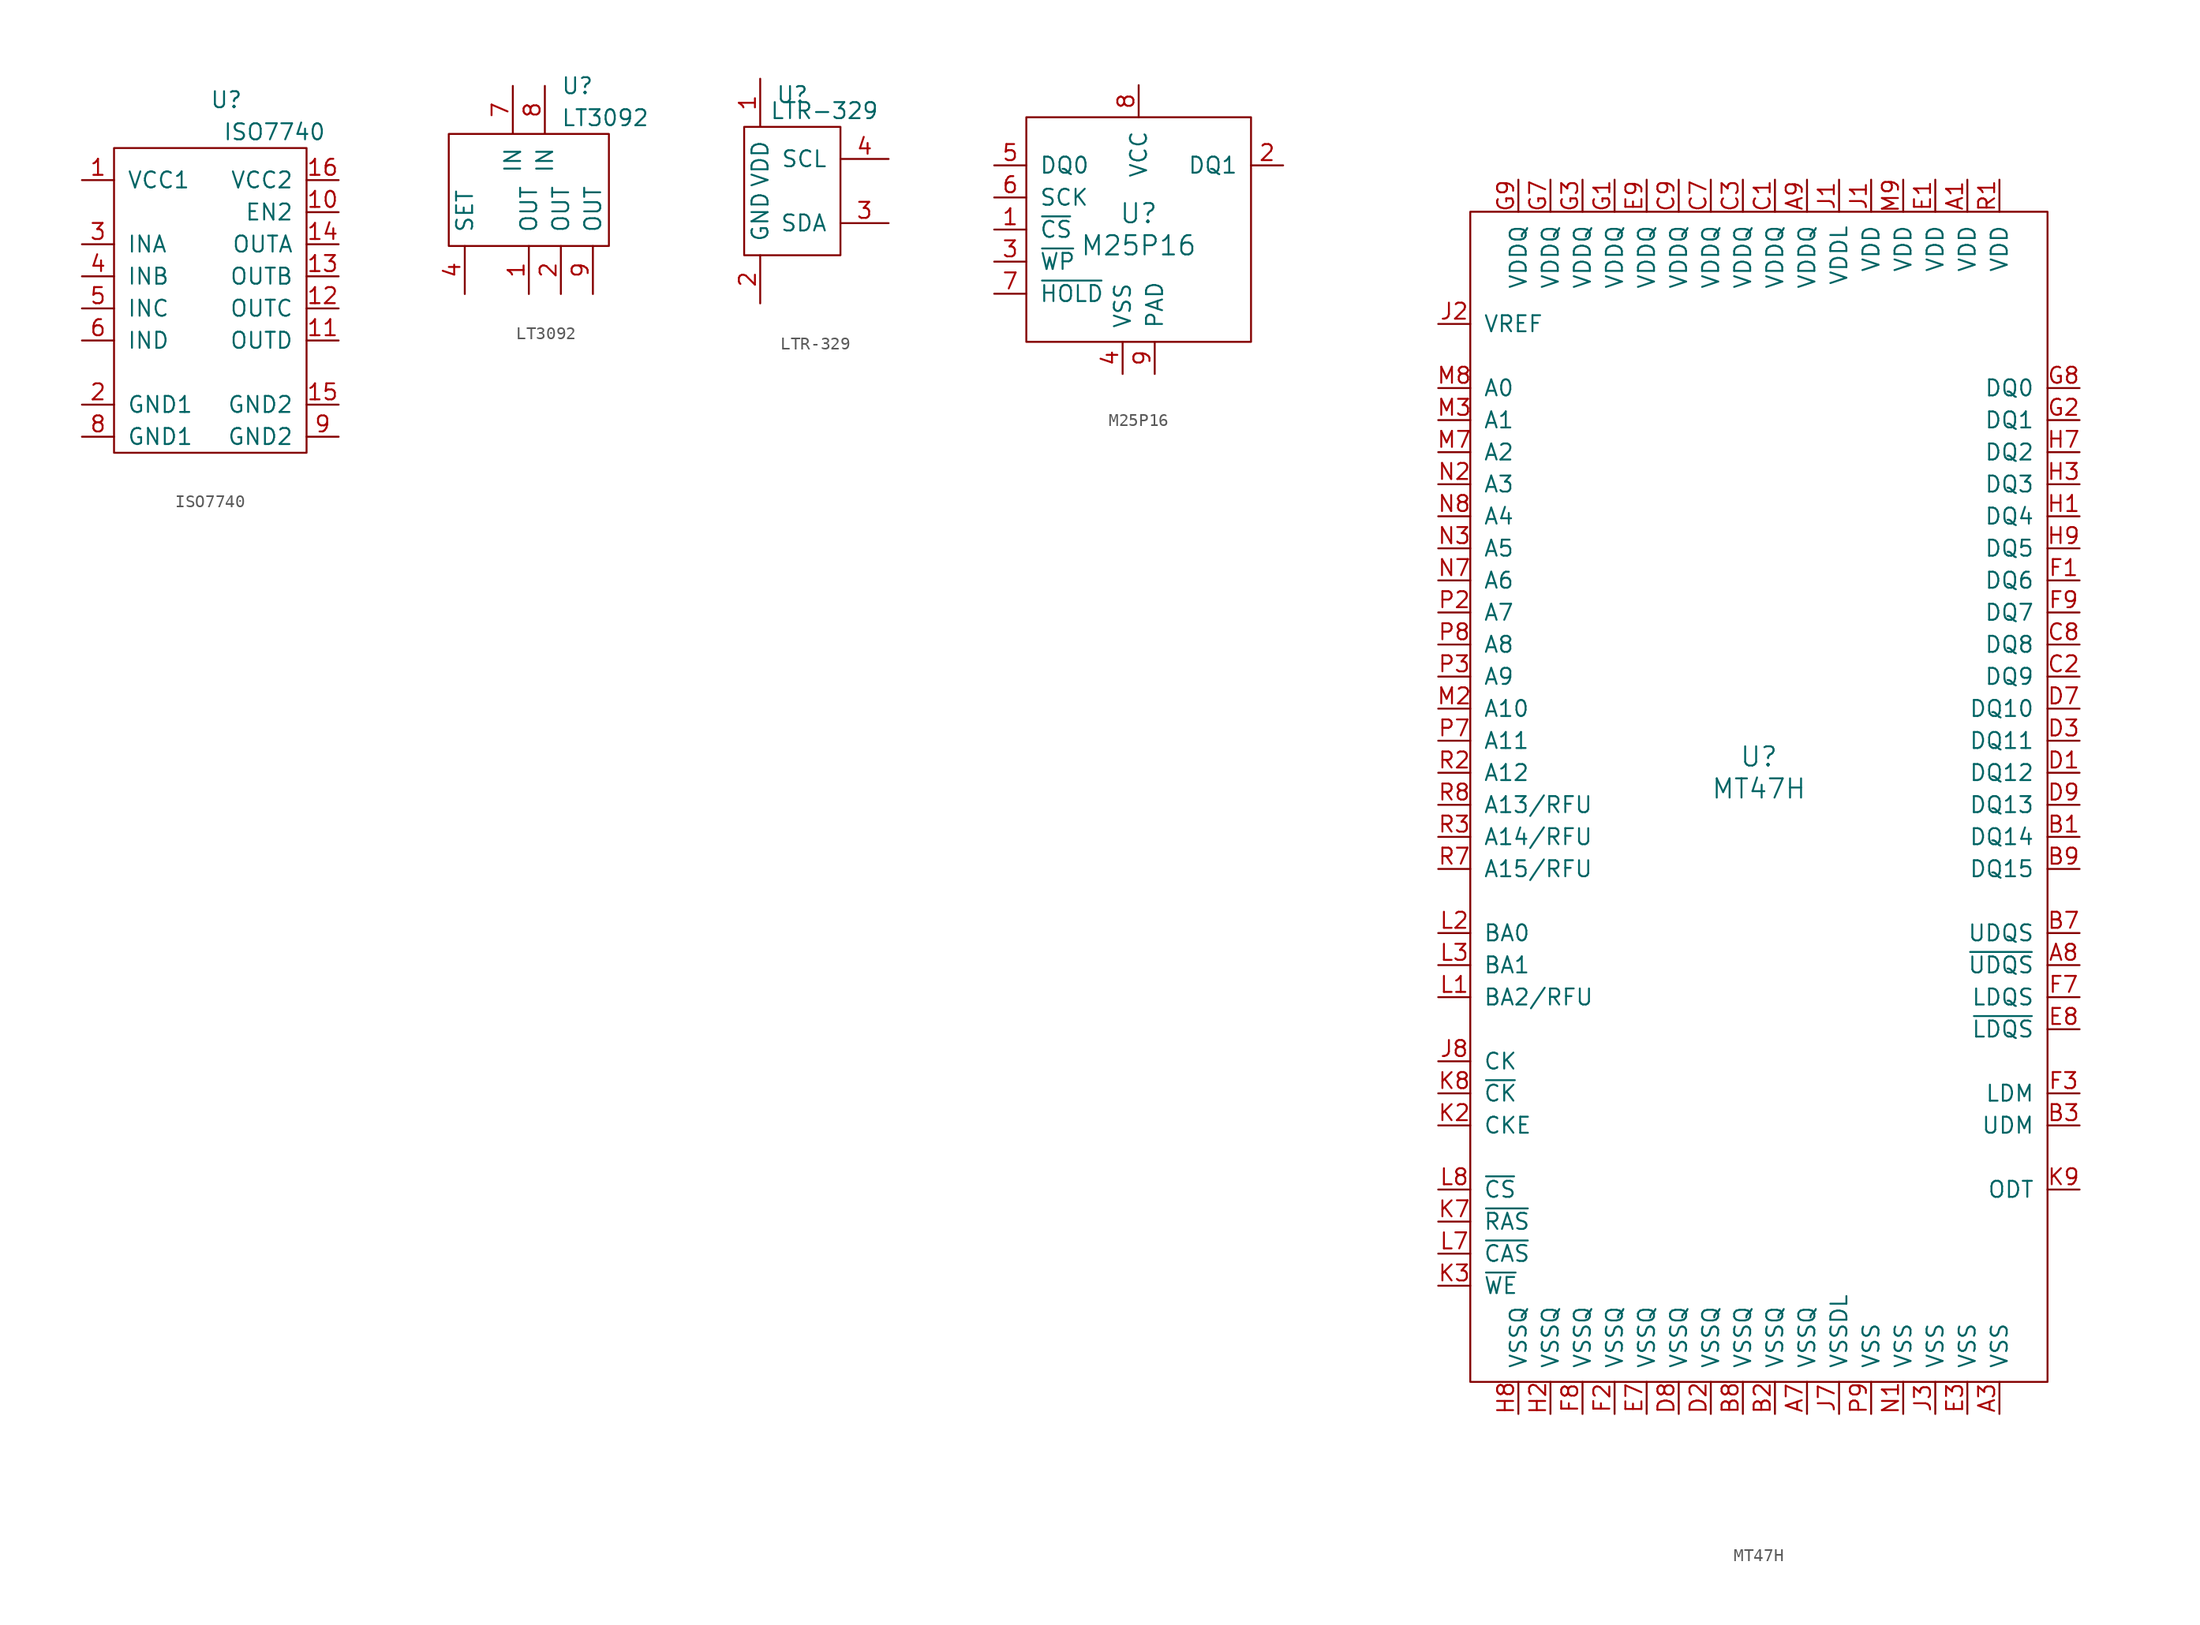
<source format=kicad_sym>
(kicad_symbol_lib
  (version 20211014)
  (generator kicad_symbol_editor)
  (symbol "ISO7740"
    (pin_names
      (offset 1.016))
    (property "Reference" "U"
      (at 1.27 16.51 0)
      (effects (font (size 1.27 1.27))))
    (property "Value" "ISO7740"
      (at 5.08 13.97 0)
      (effects (font (size 1.27 1.27))))
    (symbol "ISO7740_0_1"
      (rectangle (start -7.62 12.7) (end 7.62 -11.43) (stroke (width 0) (type default) (color 0 0 0 0)) (fill (type none))))
    (symbol "ISO7740_1_1"
      (pin power_in line (at -10.16 10.16 0) (length 2.54) (name "VCC1" (effects (font (size 1.27 1.27)))) (number "1" (effects (font (size 1.27 1.27)))))
      (pin input line (at 10.16 7.62 180) (length 2.54) (name "EN2" (effects (font (size 1.27 1.27)))) (number "10" (effects (font (size 1.27 1.27)))))
      (pin output line (at 10.16 -2.54 180) (length 2.54) (name "OUTD" (effects (font (size 1.27 1.27)))) (number "11" (effects (font (size 1.27 1.27)))))
      (pin output line (at 10.16 0 180) (length 2.54) (name "OUTC" (effects (font (size 1.27 1.27)))) (number "12" (effects (font (size 1.27 1.27)))))
      (pin output line (at 10.16 2.54 180) (length 2.54) (name "OUTB" (effects (font (size 1.27 1.27)))) (number "13" (effects (font (size 1.27 1.27)))))
      (pin output line (at 10.16 5.08 180) (length 2.54) (name "OUTA" (effects (font (size 1.27 1.27)))) (number "14" (effects (font (size 1.27 1.27)))))
      (pin power_in line (at 10.16 -7.62 180) (length 2.54) (name "GND2" (effects (font (size 1.27 1.27)))) (number "15" (effects (font (size 1.27 1.27)))))
      (pin power_in line (at 10.16 10.16 180) (length 2.54) (name "VCC2" (effects (font (size 1.27 1.27)))) (number "16" (effects (font (size 1.27 1.27)))))
      (pin power_in line (at -10.16 -7.62 0) (length 2.54) (name "GND1" (effects (font (size 1.27 1.27)))) (number "2" (effects (font (size 1.27 1.27)))))
      (pin input line (at -10.16 5.08 0) (length 2.54) (name "INA" (effects (font (size 1.27 1.27)))) (number "3" (effects (font (size 1.27 1.27)))))
      (pin input line (at -10.16 2.54 0) (length 2.54) (name "INB" (effects (font (size 1.27 1.27)))) (number "4" (effects (font (size 1.27 1.27)))))
      (pin input line (at -10.16 0 0) (length 2.54) (name "INC" (effects (font (size 1.27 1.27)))) (number "5" (effects (font (size 1.27 1.27)))))
      (pin input line (at -10.16 -2.54 0) (length 2.54) (name "IND" (effects (font (size 1.27 1.27)))) (number "6" (effects (font (size 1.27 1.27)))))
      (pin power_in line (at -10.16 -10.16 0) (length 2.54) (name "GND1" (effects (font (size 1.27 1.27)))) (number "8" (effects (font (size 1.27 1.27)))))
      (pin power_in line (at 10.16 -10.16 180) (length 2.54) (name "GND2" (effects (font (size 1.27 1.27)))) (number "9" (effects (font (size 1.27 1.27)))))))
  (symbol "LT3092"
    (pin_names
      (offset 1.016))
    (property "Reference" "U"
      (at 2.54 7.62 0)
      (effects (font (size 1.27 1.27)) (justify left)))
    (property "Value" "LT3092"
      (at 2.54 5.08 0)
      (effects (font (size 1.27 1.27)) (justify left)))
    (symbol "LT3092_0_1"
      (rectangle (start -6.35 3.81) (end 6.35 -5.08) (stroke (width 0) (type default) (color 0 0 0 0)) (fill (type none))))
    (symbol "LT3092_1_1"
      (pin input line (at 0 -8.89 90) (length 3.81) (name "OUT" (effects (font (size 1.27 1.27)))) (number "1" (effects (font (size 1.27 1.27)))))
      (pin input line (at 2.54 -8.89 90) (length 3.81) (name "OUT" (effects (font (size 1.27 1.27)))) (number "2" (effects (font (size 1.27 1.27)))))
      (pin input line (at -5.08 -8.89 90) (length 3.81) (name "SET" (effects (font (size 1.27 1.27)))) (number "4" (effects (font (size 1.27 1.27)))))
      (pin input line (at -1.27 7.62 270) (length 3.81) (name "IN" (effects (font (size 1.27 1.27)))) (number "7" (effects (font (size 1.27 1.27)))))
      (pin input line (at 1.27 7.62 270) (length 3.81) (name "IN" (effects (font (size 1.27 1.27)))) (number "8" (effects (font (size 1.27 1.27)))))
      (pin input line (at 5.08 -8.89 90) (length 3.81) (name "OUT" (effects (font (size 1.27 1.27)))) (number "9" (effects (font (size 1.27 1.27)))))))
  (symbol "LTR-329"
    (pin_names
      (offset 1.016))
    (property "Reference" "U"
      (at 0 7.62 0)
      (effects (font (size 1.27 1.27))))
    (property "Value" "LTR-329"
      (at 2.54 6.35 0)
      (effects (font (size 1.27 1.27))))
    (symbol "LTR-329_1_1"
      (rectangle (start -3.81 5.08) (end 3.81 -5.08) (stroke (width 0) (type default) (color 0 0 0 0)) (fill (type none)))
      (pin input line (at -2.54 8.89 270) (length 3.81) (name "VDD" (effects (font (size 1.27 1.27)))) (number "1" (effects (font (size 1.27 1.27)))))
      (pin input line (at -2.54 -8.89 90) (length 3.81) (name "GND" (effects (font (size 1.27 1.27)))) (number "2" (effects (font (size 1.27 1.27)))))
      (pin input line (at 7.62 -2.54 180) (length 3.81) (name "SDA" (effects (font (size 1.27 1.27)))) (number "3" (effects (font (size 1.27 1.27)))))
      (pin input line (at 7.62 2.54 180) (length 3.81) (name "SCL" (effects (font (size 1.27 1.27)))) (number "4" (effects (font (size 1.27 1.27)))))))
  (symbol "M25P16"
    (pin_names
      (offset 1.016))
    (property "Reference" "U"
      (at 0 1.27 0)
      (effects (font (size 1.524 1.524))))
    (property "Value" "M25P16"
      (at 0 -1.27 0)
      (effects (font (size 1.524 1.524))))
    (symbol "M25P16_1_0"
      (rectangle (start -8.89 8.89) (end 8.89 -8.89) (stroke (width 0) (type default) (color 0 0 0 0)) (fill (type none))))
    (symbol "M25P16_1_1"
      (pin input line (at -11.43 0 0) (length 2.54) (name "~{CS}" (effects (font (size 1.27 1.27)))) (number "1" (effects (font (size 1.27 1.27)))))
      (pin output line (at 11.43 5.08 180) (length 2.54) (name "DQ1" (effects (font (size 1.27 1.27)))) (number "2" (effects (font (size 1.27 1.27)))))
      (pin input line (at -11.43 -2.54 0) (length 2.54) (name "~{WP}" (effects (font (size 1.27 1.27)))) (number "3" (effects (font (size 1.27 1.27)))))
      (pin power_in line (at -1.27 -11.43 90) (length 2.54) (name "VSS" (effects (font (size 1.27 1.27)))) (number "4" (effects (font (size 1.27 1.27)))))
      (pin input line (at -11.43 5.08 0) (length 2.54) (name "DQ0" (effects (font (size 1.27 1.27)))) (number "5" (effects (font (size 1.27 1.27)))))
      (pin input line (at -11.43 2.54 0) (length 2.54) (name "SCK" (effects (font (size 1.27 1.27)))) (number "6" (effects (font (size 1.27 1.27)))))
      (pin input line (at -11.43 -5.08 0) (length 2.54) (name "~{HOLD}" (effects (font (size 1.27 1.27)))) (number "7" (effects (font (size 1.27 1.27)))))
      (pin power_in line (at 0 11.43 270) (length 2.54) (name "VCC" (effects (font (size 1.27 1.27)))) (number "8" (effects (font (size 1.27 1.27)))))
      (pin power_in line (at 1.27 -11.43 90) (length 2.54) (name "PAD" (effects (font (size 1.27 1.27)))) (number "9" (effects (font (size 1.27 1.27)))))))
  (symbol "MT47H"
    (pin_names
      (offset 1.016))
    (property "Reference" "U"
      (at 0 1.27 0)
      (effects (font (size 1.524 1.524))))
    (property "Value" "MT47H"
      (at 0 -1.27 0)
      (effects (font (size 1.524 1.524))))
    (symbol "MT47H_0_1"
      (rectangle (start -22.86 44.45) (end 22.86 -48.26) (stroke (width 0) (type default) (color 0 0 0 0)) (fill (type none))))
    (symbol "MT47H_1_1"
      (pin power_in line (at 16.51 46.99 270) (length 2.54) (name "VDD" (effects (font (size 1.27 1.27)))) (number "A1" (effects (font (size 1.27 1.27)))))
      (pin power_in line (at 19.05 -50.8 90) (length 2.54) (name "VSS" (effects (font (size 1.27 1.27)))) (number "A3" (effects (font (size 1.27 1.27)))))
      (pin power_in line (at 3.81 -50.8 90) (length 2.54) (name "VSSQ" (effects (font (size 1.27 1.27)))) (number "A7" (effects (font (size 1.27 1.27)))))
      (pin bidirectional line (at 25.4 -15.24 180) (length 2.54) (name "~{UDQS}" (effects (font (size 1.27 1.27)))) (number "A8" (effects (font (size 1.27 1.27)))))
      (pin power_in line (at 3.81 46.99 270) (length 2.54) (name "VDDQ" (effects (font (size 1.27 1.27)))) (number "A9" (effects (font (size 1.27 1.27)))))
      (pin bidirectional line (at 25.4 -5.08 180) (length 2.54) (name "DQ14" (effects (font (size 1.27 1.27)))) (number "B1" (effects (font (size 1.27 1.27)))))
      (pin power_in line (at 1.27 -50.8 90) (length 2.54) (name "VSSQ" (effects (font (size 1.27 1.27)))) (number "B2" (effects (font (size 1.27 1.27)))))
      (pin input line (at 25.4 -27.94 180) (length 2.54) (name "UDM" (effects (font (size 1.27 1.27)))) (number "B3" (effects (font (size 1.27 1.27)))))
      (pin bidirectional line (at 25.4 -12.7 180) (length 2.54) (name "UDQS" (effects (font (size 1.27 1.27)))) (number "B7" (effects (font (size 1.27 1.27)))))
      (pin power_in line (at -1.27 -50.8 90) (length 2.54) (name "VSSQ" (effects (font (size 1.27 1.27)))) (number "B8" (effects (font (size 1.27 1.27)))))
      (pin bidirectional line (at 25.4 -7.62 180) (length 2.54) (name "DQ15" (effects (font (size 1.27 1.27)))) (number "B9" (effects (font (size 1.27 1.27)))))
      (pin power_in line (at 1.27 46.99 270) (length 2.54) (name "VDDQ" (effects (font (size 1.27 1.27)))) (number "C1" (effects (font (size 1.27 1.27)))))
      (pin bidirectional line (at 25.4 7.62 180) (length 2.54) (name "DQ9" (effects (font (size 1.27 1.27)))) (number "C2" (effects (font (size 1.27 1.27)))))
      (pin power_in line (at -1.27 46.99 270) (length 2.54) (name "VDDQ" (effects (font (size 1.27 1.27)))) (number "C3" (effects (font (size 1.27 1.27)))))
      (pin power_in line (at -3.81 46.99 270) (length 2.54) (name "VDDQ" (effects (font (size 1.27 1.27)))) (number "C7" (effects (font (size 1.27 1.27)))))
      (pin bidirectional line (at 25.4 10.16 180) (length 2.54) (name "DQ8" (effects (font (size 1.27 1.27)))) (number "C8" (effects (font (size 1.27 1.27)))))
      (pin power_in line (at -6.35 46.99 270) (length 2.54) (name "VDDQ" (effects (font (size 1.27 1.27)))) (number "C9" (effects (font (size 1.27 1.27)))))
      (pin bidirectional line (at 25.4 0 180) (length 2.54) (name "DQ12" (effects (font (size 1.27 1.27)))) (number "D1" (effects (font (size 1.27 1.27)))))
      (pin power_in line (at -3.81 -50.8 90) (length 2.54) (name "VSSQ" (effects (font (size 1.27 1.27)))) (number "D2" (effects (font (size 1.27 1.27)))))
      (pin bidirectional line (at 25.4 2.54 180) (length 2.54) (name "DQ11" (effects (font (size 1.27 1.27)))) (number "D3" (effects (font (size 1.27 1.27)))))
      (pin bidirectional line (at 25.4 5.08 180) (length 2.54) (name "DQ10" (effects (font (size 1.27 1.27)))) (number "D7" (effects (font (size 1.27 1.27)))))
      (pin power_in line (at -6.35 -50.8 90) (length 2.54) (name "VSSQ" (effects (font (size 1.27 1.27)))) (number "D8" (effects (font (size 1.27 1.27)))))
      (pin bidirectional line (at 25.4 -2.54 180) (length 2.54) (name "DQ13" (effects (font (size 1.27 1.27)))) (number "D9" (effects (font (size 1.27 1.27)))))
      (pin power_in line (at 13.97 46.99 270) (length 2.54) (name "VDD" (effects (font (size 1.27 1.27)))) (number "E1" (effects (font (size 1.27 1.27)))))
      (pin power_in line (at 16.51 -50.8 90) (length 2.54) (name "VSS" (effects (font (size 1.27 1.27)))) (number "E3" (effects (font (size 1.27 1.27)))))
      (pin power_in line (at -8.89 -50.8 90) (length 2.54) (name "VSSQ" (effects (font (size 1.27 1.27)))) (number "E7" (effects (font (size 1.27 1.27)))))
      (pin bidirectional line (at 25.4 -20.32 180) (length 2.54) (name "~{LDQS}" (effects (font (size 1.27 1.27)))) (number "E8" (effects (font (size 1.27 1.27)))))
      (pin power_in line (at -8.89 46.99 270) (length 2.54) (name "VDDQ" (effects (font (size 1.27 1.27)))) (number "E9" (effects (font (size 1.27 1.27)))))
      (pin bidirectional line (at 25.4 15.24 180) (length 2.54) (name "DQ6" (effects (font (size 1.27 1.27)))) (number "F1" (effects (font (size 1.27 1.27)))))
      (pin power_in line (at -11.43 -50.8 90) (length 2.54) (name "VSSQ" (effects (font (size 1.27 1.27)))) (number "F2" (effects (font (size 1.27 1.27)))))
      (pin input line (at 25.4 -25.4 180) (length 2.54) (name "LDM" (effects (font (size 1.27 1.27)))) (number "F3" (effects (font (size 1.27 1.27)))))
      (pin bidirectional line (at 25.4 -17.78 180) (length 2.54) (name "LDQS" (effects (font (size 1.27 1.27)))) (number "F7" (effects (font (size 1.27 1.27)))))
      (pin power_in line (at -13.97 -50.8 90) (length 2.54) (name "VSSQ" (effects (font (size 1.27 1.27)))) (number "F8" (effects (font (size 1.27 1.27)))))
      (pin bidirectional line (at 25.4 12.7 180) (length 2.54) (name "DQ7" (effects (font (size 1.27 1.27)))) (number "F9" (effects (font (size 1.27 1.27)))))
      (pin power_in line (at -11.43 46.99 270) (length 2.54) (name "VDDQ" (effects (font (size 1.27 1.27)))) (number "G1" (effects (font (size 1.27 1.27)))))
      (pin bidirectional line (at 25.4 27.94 180) (length 2.54) (name "DQ1" (effects (font (size 1.27 1.27)))) (number "G2" (effects (font (size 1.27 1.27)))))
      (pin power_in line (at -13.97 46.99 270) (length 2.54) (name "VDDQ" (effects (font (size 1.27 1.27)))) (number "G3" (effects (font (size 1.27 1.27)))))
      (pin power_in line (at -16.51 46.99 270) (length 2.54) (name "VDDQ" (effects (font (size 1.27 1.27)))) (number "G7" (effects (font (size 1.27 1.27)))))
      (pin bidirectional line (at 25.4 30.48 180) (length 2.54) (name "DQ0" (effects (font (size 1.27 1.27)))) (number "G8" (effects (font (size 1.27 1.27)))))
      (pin power_in line (at -19.05 46.99 270) (length 2.54) (name "VDDQ" (effects (font (size 1.27 1.27)))) (number "G9" (effects (font (size 1.27 1.27)))))
      (pin bidirectional line (at 25.4 20.32 180) (length 2.54) (name "DQ4" (effects (font (size 1.27 1.27)))) (number "H1" (effects (font (size 1.27 1.27)))))
      (pin power_in line (at -16.51 -50.8 90) (length 2.54) (name "VSSQ" (effects (font (size 1.27 1.27)))) (number "H2" (effects (font (size 1.27 1.27)))))
      (pin bidirectional line (at 25.4 22.86 180) (length 2.54) (name "DQ3" (effects (font (size 1.27 1.27)))) (number "H3" (effects (font (size 1.27 1.27)))))
      (pin bidirectional line (at 25.4 25.4 180) (length 2.54) (name "DQ2" (effects (font (size 1.27 1.27)))) (number "H7" (effects (font (size 1.27 1.27)))))
      (pin power_in line (at -19.05 -50.8 90) (length 2.54) (name "VSSQ" (effects (font (size 1.27 1.27)))) (number "H8" (effects (font (size 1.27 1.27)))))
      (pin bidirectional line (at 25.4 17.78 180) (length 2.54) (name "DQ5" (effects (font (size 1.27 1.27)))) (number "H9" (effects (font (size 1.27 1.27)))))
      (pin power_in line (at 8.89 46.99 270) (length 2.54) (name "VDD" (effects (font (size 1.27 1.27)))) (number "J1" (effects (font (size 1.27 1.27)))))
      (pin power_in line (at 6.35 46.99 270) (length 2.54) (name "VDDL" (effects (font (size 1.27 1.27)))) (number "J1" (effects (font (size 1.27 1.27)))))
      (pin input line (at -25.4 35.56 0) (length 2.54) (name "VREF" (effects (font (size 1.27 1.27)))) (number "J2" (effects (font (size 1.27 1.27)))))
      (pin power_in line (at 13.97 -50.8 90) (length 2.54) (name "VSS" (effects (font (size 1.27 1.27)))) (number "J3" (effects (font (size 1.27 1.27)))))
      (pin power_in line (at 6.35 -50.8 90) (length 2.54) (name "VSSDL" (effects (font (size 1.27 1.27)))) (number "J7" (effects (font (size 1.27 1.27)))))
      (pin input line (at -25.4 -22.86 0) (length 2.54) (name "CK" (effects (font (size 1.27 1.27)))) (number "J8" (effects (font (size 1.27 1.27)))))
      (pin input line (at -25.4 -27.94 0) (length 2.54) (name "CKE" (effects (font (size 1.27 1.27)))) (number "K2" (effects (font (size 1.27 1.27)))))
      (pin input line (at -25.4 -40.64 0) (length 2.54) (name "~{WE}" (effects (font (size 1.27 1.27)))) (number "K3" (effects (font (size 1.27 1.27)))))
      (pin input line (at -25.4 -35.56 0) (length 2.54) (name "~{RAS}" (effects (font (size 1.27 1.27)))) (number "K7" (effects (font (size 1.27 1.27)))))
      (pin input line (at -25.4 -25.4 0) (length 2.54) (name "~{CK}" (effects (font (size 1.27 1.27)))) (number "K8" (effects (font (size 1.27 1.27)))))
      (pin input line (at 25.4 -33.02 180) (length 2.54) (name "ODT" (effects (font (size 1.27 1.27)))) (number "K9" (effects (font (size 1.27 1.27)))))
      (pin input line (at -25.4 -17.78 0) (length 2.54) (name "BA2/RFU" (effects (font (size 1.27 1.27)))) (number "L1" (effects (font (size 1.27 1.27)))))
      (pin input line (at -25.4 -12.7 0) (length 2.54) (name "BA0" (effects (font (size 1.27 1.27)))) (number "L2" (effects (font (size 1.27 1.27)))))
      (pin input line (at -25.4 -15.24 0) (length 2.54) (name "BA1" (effects (font (size 1.27 1.27)))) (number "L3" (effects (font (size 1.27 1.27)))))
      (pin input line (at -25.4 -38.1 0) (length 2.54) (name "~{CAS}" (effects (font (size 1.27 1.27)))) (number "L7" (effects (font (size 1.27 1.27)))))
      (pin input line (at -25.4 -33.02 0) (length 2.54) (name "~{CS}" (effects (font (size 1.27 1.27)))) (number "L8" (effects (font (size 1.27 1.27)))))
      (pin input line (at -25.4 5.08 0) (length 2.54) (name "A10" (effects (font (size 1.27 1.27)))) (number "M2" (effects (font (size 1.27 1.27)))))
      (pin input line (at -25.4 27.94 0) (length 2.54) (name "A1" (effects (font (size 1.27 1.27)))) (number "M3" (effects (font (size 1.27 1.27)))))
      (pin input line (at -25.4 25.4 0) (length 2.54) (name "A2" (effects (font (size 1.27 1.27)))) (number "M7" (effects (font (size 1.27 1.27)))))
      (pin input line (at -25.4 30.48 0) (length 2.54) (name "A0" (effects (font (size 1.27 1.27)))) (number "M8" (effects (font (size 1.27 1.27)))))
      (pin power_in line (at 11.43 46.99 270) (length 2.54) (name "VDD" (effects (font (size 1.27 1.27)))) (number "M9" (effects (font (size 1.27 1.27)))))
      (pin power_in line (at 11.43 -50.8 90) (length 2.54) (name "VSS" (effects (font (size 1.27 1.27)))) (number "N1" (effects (font (size 1.27 1.27)))))
      (pin input line (at -25.4 22.86 0) (length 2.54) (name "A3" (effects (font (size 1.27 1.27)))) (number "N2" (effects (font (size 1.27 1.27)))))
      (pin input line (at -25.4 17.78 0) (length 2.54) (name "A5" (effects (font (size 1.27 1.27)))) (number "N3" (effects (font (size 1.27 1.27)))))
      (pin input line (at -25.4 15.24 0) (length 2.54) (name "A6" (effects (font (size 1.27 1.27)))) (number "N7" (effects (font (size 1.27 1.27)))))
      (pin input line (at -25.4 20.32 0) (length 2.54) (name "A4" (effects (font (size 1.27 1.27)))) (number "N8" (effects (font (size 1.27 1.27)))))
      (pin input line (at -25.4 12.7 0) (length 2.54) (name "A7" (effects (font (size 1.27 1.27)))) (number "P2" (effects (font (size 1.27 1.27)))))
      (pin input line (at -25.4 7.62 0) (length 2.54) (name "A9" (effects (font (size 1.27 1.27)))) (number "P3" (effects (font (size 1.27 1.27)))))
      (pin input line (at -25.4 2.54 0) (length 2.54) (name "A11" (effects (font (size 1.27 1.27)))) (number "P7" (effects (font (size 1.27 1.27)))))
      (pin input line (at -25.4 10.16 0) (length 2.54) (name "A8" (effects (font (size 1.27 1.27)))) (number "P8" (effects (font (size 1.27 1.27)))))
      (pin power_in line (at 8.89 -50.8 90) (length 2.54) (name "VSS" (effects (font (size 1.27 1.27)))) (number "P9" (effects (font (size 1.27 1.27)))))
      (pin power_in line (at 19.05 46.99 270) (length 2.54) (name "VDD" (effects (font (size 1.27 1.27)))) (number "R1" (effects (font (size 1.27 1.27)))))
      (pin input line (at -25.4 0 0) (length 2.54) (name "A12" (effects (font (size 1.27 1.27)))) (number "R2" (effects (font (size 1.27 1.27)))))
      (pin input line (at -25.4 -5.08 0) (length 2.54) (name "A14/RFU" (effects (font (size 1.27 1.27)))) (number "R3" (effects (font (size 1.27 1.27)))))
      (pin input line (at -25.4 -7.62 0) (length 2.54) (name "A15/RFU" (effects (font (size 1.27 1.27)))) (number "R7" (effects (font (size 1.27 1.27)))))
      (pin input line (at -25.4 -2.54 0) (length 2.54) (name "A13/RFU" (effects (font (size 1.27 1.27)))) (number "R8" (effects (font (size 1.27 1.27))))))))
</source>
